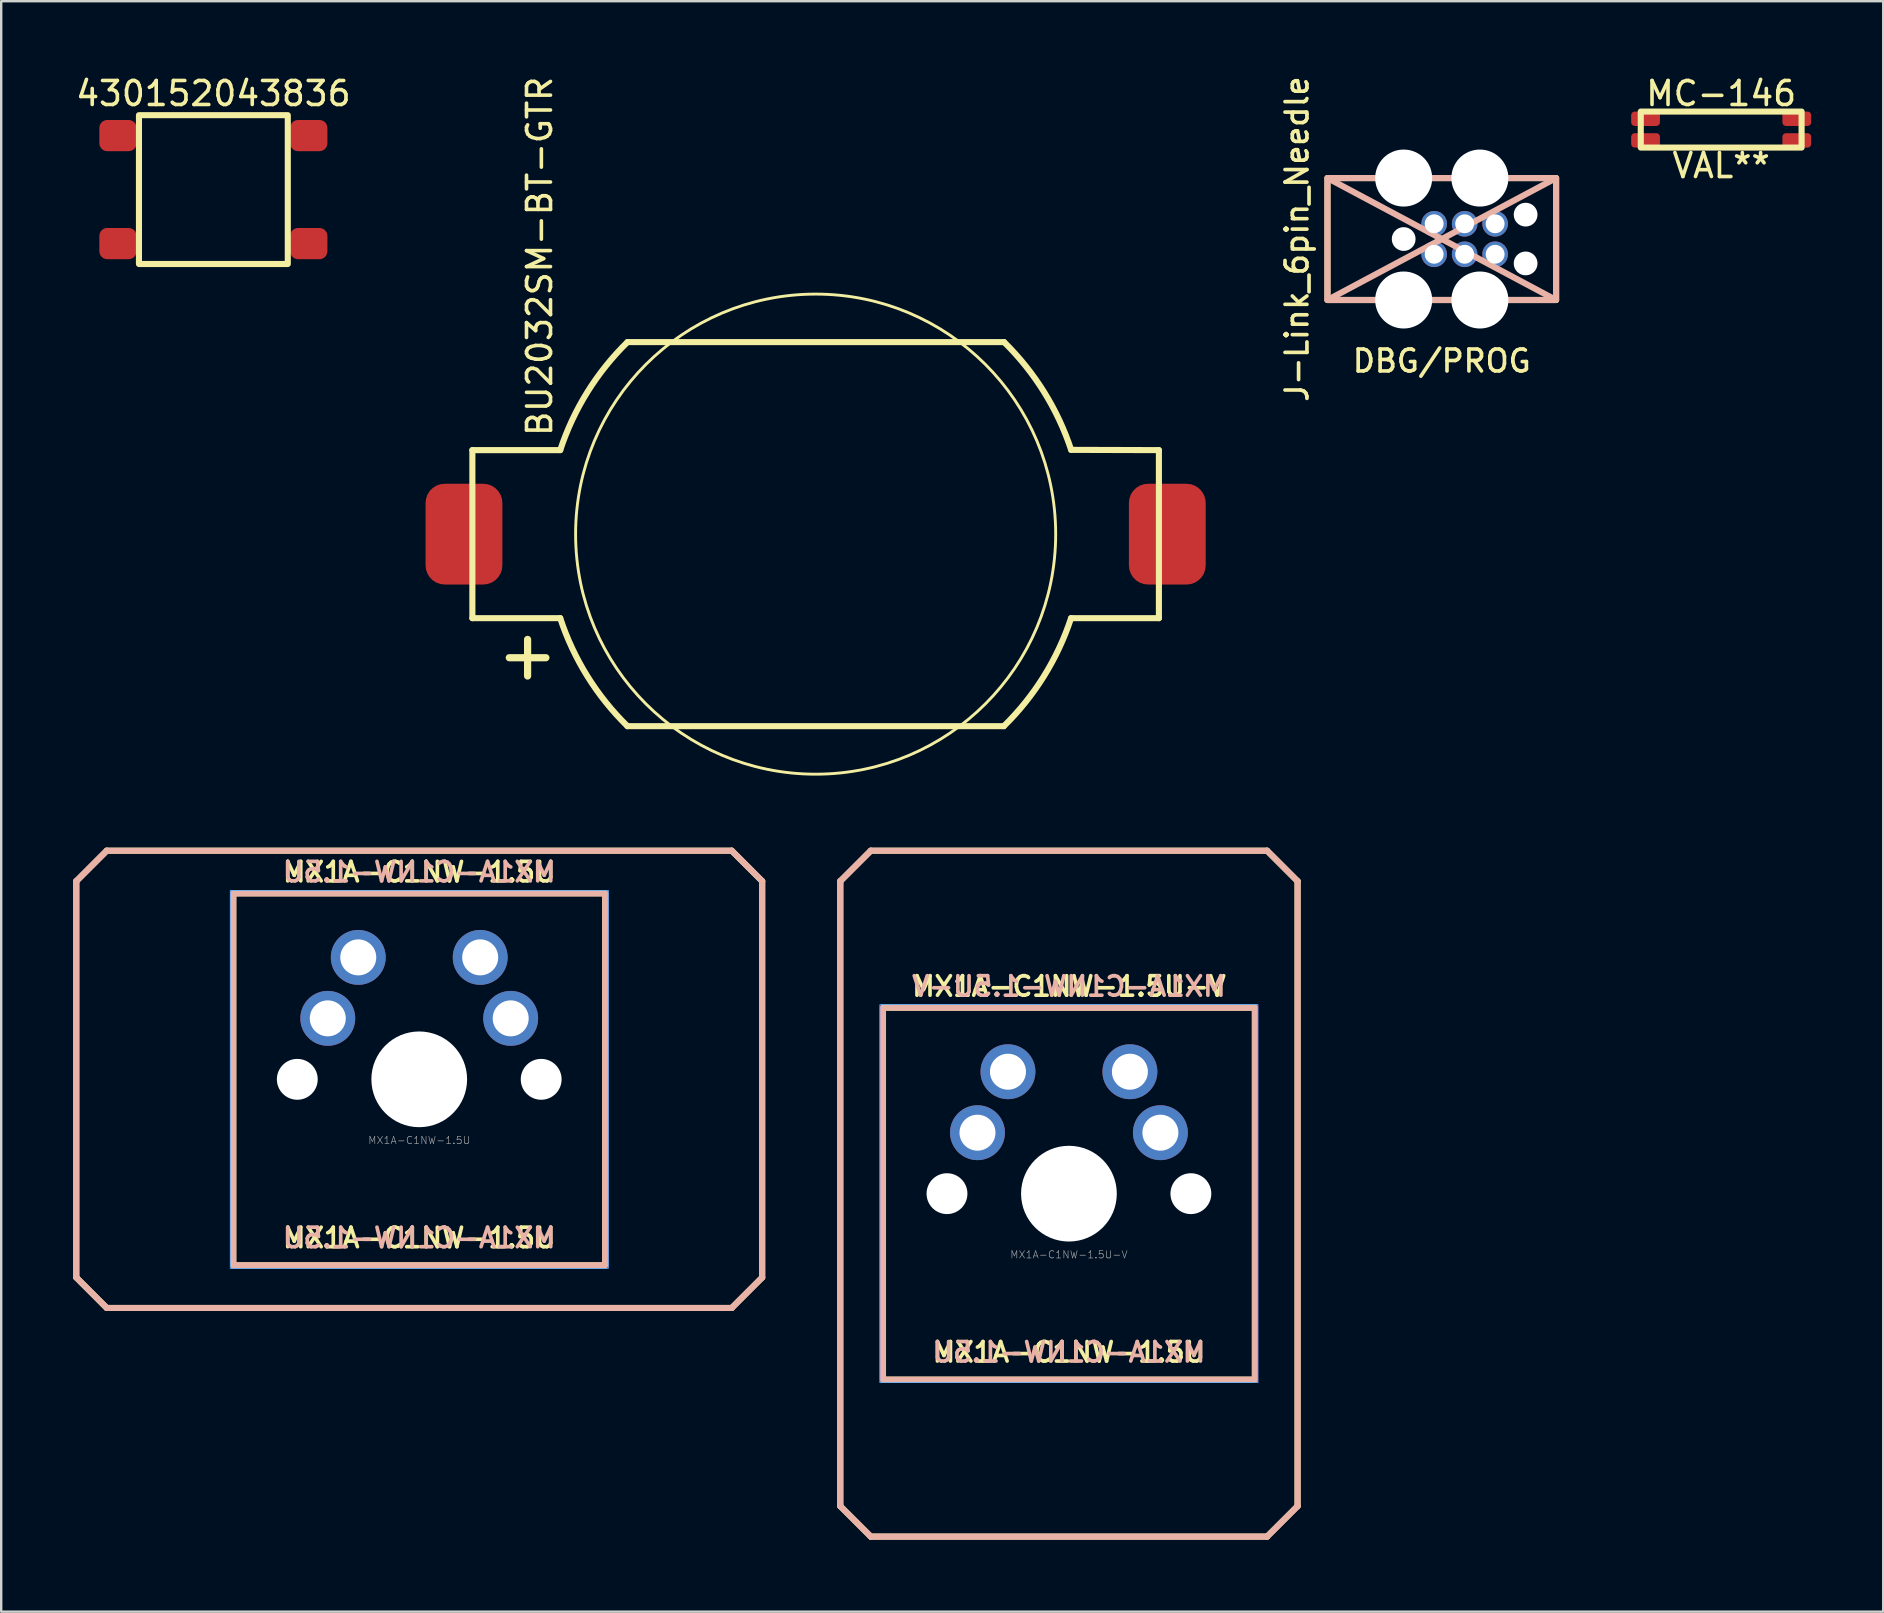
<source format=kicad_pcb>
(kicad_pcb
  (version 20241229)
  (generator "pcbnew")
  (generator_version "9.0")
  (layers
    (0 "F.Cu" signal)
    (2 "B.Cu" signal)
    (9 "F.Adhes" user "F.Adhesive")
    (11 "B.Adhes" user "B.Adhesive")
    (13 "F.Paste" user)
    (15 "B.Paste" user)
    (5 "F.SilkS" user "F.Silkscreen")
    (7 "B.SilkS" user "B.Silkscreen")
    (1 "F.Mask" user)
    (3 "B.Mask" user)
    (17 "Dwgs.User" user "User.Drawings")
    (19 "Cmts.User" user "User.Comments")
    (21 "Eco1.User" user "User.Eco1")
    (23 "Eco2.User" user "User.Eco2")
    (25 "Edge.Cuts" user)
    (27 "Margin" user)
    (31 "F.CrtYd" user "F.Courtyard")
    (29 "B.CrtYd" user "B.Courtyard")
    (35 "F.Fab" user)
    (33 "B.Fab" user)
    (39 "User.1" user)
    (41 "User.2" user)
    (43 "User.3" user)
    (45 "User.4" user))
  (footprint "MX1A-C1NW-1.5U"
    (layer "F.Cu")
    (at 14.415 41.914)
    (property "Reference" "MX1A-C1NW-1.5U" (at 0 2.54 0) (unlocked yes) (layer "F.Fab") (effects (font (size 0.305 0.305) (thickness 0.025))))
    (property "Value" "MX1A-C1NW-1.5U" (at 0 3.048 0) (unlocked yes) (layer "F.Fab") (hide yes) (effects (font (size 0.305 0.305) (thickness 0.025))))
    (attr through_hole)
    (fp_line (start -14.287 -8.255) (end -14.287 8.255) (stroke (width 0.254) (type solid)) (layer "F.SilkS"))
    (fp_line (start -14.287 8.255) (end -13.018 9.525) (stroke (width 0.254) (type solid)) (layer "F.SilkS"))
    (fp_line (start -13.018 -9.525) (end -14.287 -8.255) (stroke (width 0.254) (type solid)) (layer "F.SilkS"))
    (fp_line (start -13.018 9.525) (end 13.018 9.525) (stroke (width 0.254) (type solid)) (layer "F.SilkS"))
    (fp_line (start 13.018 -9.525) (end -13.018 -9.525) (stroke (width 0.254) (type solid)) (layer "F.SilkS"))
    (fp_line (start 13.018 9.525) (end 14.287 8.255) (stroke (width 0.254) (type solid)) (layer "F.SilkS"))
    (fp_line (start 14.287 -8.255) (end 13.018 -9.525) (stroke (width 0.254) (type solid)) (layer "F.SilkS"))
    (fp_line (start 14.287 8.255) (end 14.287 -8.255) (stroke (width 0.254) (type solid)) (layer "F.SilkS"))
    (fp_rect (start -7.747 -7.747) (end 7.747 7.747) (stroke (width 0.254) (type solid)) (fill no) (layer "F.SilkS"))
    (fp_line (start -14.287 -8.255) (end -13.018 -9.525) (stroke (width 0.254) (type solid)) (layer "B.SilkS"))
    (fp_line (start -14.287 8.255) (end -14.287 -8.255) (stroke (width 0.254) (type solid)) (layer "B.SilkS"))
    (fp_line (start -13.018 -9.525) (end 13.018 -9.525) (stroke (width 0.254) (type solid)) (layer "B.SilkS"))
    (fp_line (start -13.018 9.525) (end -14.287 8.255) (stroke (width 0.254) (type solid)) (layer "B.SilkS"))
    (fp_line (start 13.018 -9.525) (end 14.287 -8.255) (stroke (width 0.254) (type solid)) (layer "B.SilkS"))
    (fp_line (start 13.018 9.525) (end -13.018 9.525) (stroke (width 0.254) (type solid)) (layer "B.SilkS"))
    (fp_line (start 14.287 -8.255) (end 14.287 8.255) (stroke (width 0.254) (type solid)) (layer "B.SilkS"))
    (fp_line (start 14.287 8.255) (end 13.018 9.525) (stroke (width 0.254) (type solid)) (layer "B.SilkS"))
    (fp_rect (start -7.747 -7.747) (end 7.747 7.747) (stroke (width 0.254) (type solid)) (fill no) (layer "B.SilkS"))
    (fp_rect (start -7.874 -7.874) (end 7.874 7.874) (stroke (width 0.025) (type solid)) (fill no) (layer "B.CrtYd"))
    (fp_rect (start -7.874 -7.874) (end 7.874 7.874) (stroke (width 0.025) (type solid)) (fill no) (layer "F.CrtYd"))
    (fp_text user "${REFERENCE}" (at 0 -8.636 0) (unlocked yes) (layer "F.SilkS") (effects (font (size 0.813 0.813) (thickness 0.152))))
    (fp_text user "${VALUE}" (at 0 6.604 0) (unlocked yes) (layer "F.SilkS") (effects (font (size 0.813 0.813) (thickness 0.152))))
    (fp_text user "${REFERENCE}" (at 0 -8.636 0) (unlocked yes) (layer "B.SilkS") (effects (font (size 0.813 0.813) (thickness 0.152)) (justify mirror)))
    (fp_text user "${VALUE}" (at 0 6.604 0) (unlocked yes) (layer "B.SilkS") (effects (font (size 0.813 0.813) (thickness 0.152)) (justify mirror)))
    (pad "" np_thru_hole circle (at -5.08 0) (size 1.702 1.702) (drill 1.702) (layers "*.Cu"))
    (pad "" np_thru_hole circle (at 0 0) (size 3.988 3.988) (drill 3.988) (layers "*.Cu"))
    (pad "" np_thru_hole circle (at 5.08 0) (size 1.702 1.702) (drill 1.702) (layers "*.Cu"))
    (pad "1" thru_hole circle (at -3.81 -2.54) (size 2.286 2.286) (drill 1.499) (layers "*.Cu" "*.Mask"))
    (pad "2" thru_hole circle (at 2.54 -5.08) (size 2.286 2.286) (drill 1.499) (layers "*.Cu" "*.Mask"))
    (pad "3" thru_hole circle (at 3.81 -2.54) (size 2.286 2.286) (drill 1.499) (layers "*.Cu" "*.Mask"))
    (pad "4" thru_hole circle (at -2.54 -5.08) (size 2.286 2.286) (drill 1.499) (layers "*.Cu" "*.Mask")))
  (footprint "J-Link_6pin_Needle"
    (layer "F.Cu")
    (at 55.426 6.908)
    (property "Reference" "J-Link_6pin_Needle" (at -4.445 0 90) (unlocked yes) (layer "F.SilkS") (effects (font (size 0.914 0.914) (thickness 0.152))))
    (attr through_hole)
    (fp_rect (start -3.175 -2.54) (end 6.35 2.54) (stroke (width 0.254) (type solid)) (fill no) (layer "F.SilkS"))
    (fp_line (start -3.175 -2.54) (end 6.35 2.54) (stroke (width 0.254) (type solid)) (layer "B.SilkS"))
    (fp_line (start -3.175 2.54) (end 6.35 -2.54) (stroke (width 0.254) (type solid)) (layer "B.SilkS"))
    (fp_rect (start -3.175 -2.54) (end 6.35 2.54) (stroke (width 0.254) (type solid)) (fill no) (layer "B.SilkS"))
    (fp_text user "DBG/PROG" (at 1.587 5.08 0) (unlocked yes) (layer "F.SilkS") (effects (font (size 0.914 0.914) (thickness 0.152))))
    (pad "" np_thru_hole circle (at 0 -2.54) (size 2.375 2.375) (drill 2.375) (layers "*.Cu"))
    (pad "" np_thru_hole circle (at 0 0) (size 0.991 0.991) (drill 0.991) (layers "*.Cu"))
    (pad "" np_thru_hole circle (at 0 2.54) (size 2.375 2.375) (drill 2.375) (layers "*.Cu"))
    (pad "" np_thru_hole circle (at 3.175 -2.54) (size 2.375 2.375) (drill 2.375) (layers "*.Cu"))
    (pad "" np_thru_hole circle (at 3.175 2.54) (size 2.375 2.375) (drill 2.375) (layers "*.Cu"))
    (pad "" np_thru_hole circle (at 5.08 -1.016) (size 0.991 0.991) (drill 0.991) (layers "*.Cu"))
    (pad "" np_thru_hole circle (at 5.08 1.016) (size 0.991 0.991) (drill 0.991) (layers "*.Cu"))
    (pad "1" thru_hole circle (at 1.27 0.635) (size 1.067 1.067) (drill 0.787) (layers "*.Cu" "*.Mask"))
    (pad "2" thru_hole circle (at 1.27 -0.635) (size 1.067 1.067) (drill 0.787) (layers "*.Cu" "*.Mask"))
    (pad "3" thru_hole circle (at 2.54 0.635) (size 1.067 1.067) (drill 0.787) (layers "*.Cu" "*.Mask"))
    (pad "4" thru_hole circle (at 2.54 -0.635) (size 1.067 1.067) (drill 0.787) (layers "*.Cu" "*.Mask"))
    (pad "5" thru_hole circle (at 3.81 0.635) (size 1.067 1.067) (drill 0.787) (layers "*.Cu" "*.Mask"))
    (pad "6" thru_hole circle (at 3.81 -0.635) (size 1.067 1.067) (drill 0.787) (layers "*.Cu" "*.Mask"))
    (zone (net_name "") (layers "F.Cu" "B.Cu") (hatch edge 0.508) (connect_pads) (min_thickness 0.254) (filled_areas_thickness no) (keepout (tracks not_allowed) (vias not_allowed) (pads not_allowed) (copperpour not_allowed) (footprints allowed)) (placement (enabled no)) (fill) (polygon (pts (xy 59.236 7.543) (xy 56.696 7.543) (xy 56.696 6.273) (xy 59.236 6.273)))))
  (footprint "MC-146"
    (layer "F.Cu")
    (at 68.653 2.348)
    (property "Reference" "MC-146" (at 0 -1.5 0) (unlocked yes) (layer "F.SilkS") (effects (font (size 1 1) (thickness 0.15))))
    (attr smd)
    (fp_rect (start -3.35 -0.75) (end 3.35 0.75) (stroke (width 0.254) (type solid)) (fill no) (layer "F.SilkS"))
    (fp_text user "VAL**" (at 0 1.5 0) (unlocked yes) (layer "F.SilkS") (effects (font (size 1 1) (thickness 0.15))))
    (pad "1" smd roundrect (at -3.15 0.45) (size 1.2 0.6) (layers "F.Cu" "F.Mask") (roundrect_rratio 0.25))
    (pad "2" smd roundrect (at 3.15 0.45) (size 1.2 0.6) (layers "F.Cu" "F.Mask") (roundrect_rratio 0.25))
    (pad "3" smd roundrect (at 3.15 -0.45) (size 1.2 0.6) (layers "F.Cu" "F.Mask") (roundrect_rratio 0.25))
    (pad "4" smd roundrect (at -3.15 -0.45) (size 1.2 0.6) (layers "F.Cu" "F.Mask") (roundrect_rratio 0.25)))
  (footprint "MX1A-C1NW-1.5U-V"
    (layer "F.Cu")
    (at 41.481 46.677)
    (property "Reference" "MX1A-C1NW-1.5U-V" (at 0 2.54 0) (unlocked yes) (layer "F.Fab") (effects (font (size 0.305 0.305) (thickness 0.025))))
    (property "Value" "MX1A-C1NW-1.5U" (at 0 3.048 0) (unlocked yes) (layer "F.Fab") (hide yes) (effects (font (size 0.305 0.305) (thickness 0.025))))
    (attr through_hole)
    (fp_line (start -9.525 -13.018) (end -9.525 13.018) (stroke (width 0.254) (type solid)) (layer "F.SilkS"))
    (fp_line (start -9.525 13.018) (end -8.255 14.287) (stroke (width 0.254) (type solid)) (layer "F.SilkS"))
    (fp_line (start -8.255 -14.287) (end -9.525 -13.018) (stroke (width 0.254) (type solid)) (layer "F.SilkS"))
    (fp_line (start -8.255 14.287) (end 8.255 14.287) (stroke (width 0.254) (type solid)) (layer "F.SilkS"))
    (fp_line (start 8.255 -14.287) (end -8.255 -14.287) (stroke (width 0.254) (type solid)) (layer "F.SilkS"))
    (fp_line (start 8.255 14.287) (end 9.525 13.018) (stroke (width 0.254) (type solid)) (layer "F.SilkS"))
    (fp_line (start 9.525 -13.018) (end 8.255 -14.287) (stroke (width 0.254) (type solid)) (layer "F.SilkS"))
    (fp_line (start 9.525 13.018) (end 9.525 -13.018) (stroke (width 0.254) (type solid)) (layer "F.SilkS"))
    (fp_rect (start -7.747 -7.747) (end 7.747 7.747) (stroke (width 0.254) (type solid)) (fill no) (layer "F.SilkS"))
    (fp_line (start -9.525 -13.018) (end -8.255 -14.287) (stroke (width 0.254) (type solid)) (layer "B.SilkS"))
    (fp_line (start -9.525 13.018) (end -9.525 -13.018) (stroke (width 0.254) (type solid)) (layer "B.SilkS"))
    (fp_line (start -8.255 -14.287) (end 8.255 -14.287) (stroke (width 0.254) (type solid)) (layer "B.SilkS"))
    (fp_line (start -8.255 14.287) (end -9.525 13.018) (stroke (width 0.254) (type solid)) (layer "B.SilkS"))
    (fp_line (start 8.255 -14.287) (end 9.525 -13.018) (stroke (width 0.254) (type solid)) (layer "B.SilkS"))
    (fp_line (start 8.255 14.287) (end -8.255 14.287) (stroke (width 0.254) (type solid)) (layer "B.SilkS"))
    (fp_line (start 9.525 -13.018) (end 9.525 13.018) (stroke (width 0.254) (type solid)) (layer "B.SilkS"))
    (fp_line (start 9.525 13.018) (end 8.255 14.287) (stroke (width 0.254) (type solid)) (layer "B.SilkS"))
    (fp_rect (start -7.747 -7.747) (end 7.747 7.747) (stroke (width 0.254) (type solid)) (fill no) (layer "B.SilkS"))
    (fp_rect (start -7.874 7.874) (end 7.874 -7.874) (stroke (width 0.025) (type solid)) (fill no) (layer "B.CrtYd"))
    (fp_rect (start -7.874 7.874) (end 7.874 -7.874) (stroke (width 0.025) (type solid)) (fill no) (layer "F.CrtYd"))
    (fp_text user "${REFERENCE}" (at 0 -8.636 0) (unlocked yes) (layer "F.SilkS") (effects (font (size 0.813 0.813) (thickness 0.152))))
    (fp_text user "${VALUE}" (at 0 6.604 0) (unlocked yes) (layer "F.SilkS") (effects (font (size 0.813 0.813) (thickness 0.152))))
    (fp_text user "${REFERENCE}" (at 0 -8.636 0) (unlocked yes) (layer "B.SilkS") (effects (font (size 0.813 0.813) (thickness 0.152)) (justify mirror)))
    (fp_text user "${VALUE}" (at 0 6.604 0) (unlocked yes) (layer "B.SilkS") (effects (font (size 0.813 0.813) (thickness 0.152)) (justify mirror)))
    (pad "" np_thru_hole circle (at -5.08 0) (size 1.702 1.702) (drill 1.702) (layers "*.Cu"))
    (pad "" np_thru_hole circle (at 0 0) (size 3.988 3.988) (drill 3.988) (layers "*.Cu"))
    (pad "" np_thru_hole circle (at 5.08 0) (size 1.702 1.702) (drill 1.702) (layers "*.Cu"))
    (pad "1" thru_hole circle (at -3.81 -2.54) (size 2.286 2.286) (drill 1.499) (layers "*.Cu" "*.Mask"))
    (pad "2" thru_hole circle (at 2.54 -5.08) (size 2.286 2.286) (drill 1.499) (layers "*.Cu" "*.Mask"))
    (pad "3" thru_hole circle (at 3.81 -2.54) (size 2.286 2.286) (drill 1.499) (layers "*.Cu" "*.Mask"))
    (pad "4" thru_hole circle (at -2.54 -5.08) (size 2.286 2.286) (drill 1.499) (layers "*.Cu" "*.Mask")))
  (footprint "BU2032SM-BT-GTR"
    (layer "F.Cu")
    (at 30.929 19.202)
    (property "Reference" "BU2032SM-BT-GTR" (at -11.5 -4 90) (unlocked yes) (layer "F.SilkS") (effects (font (size 1 1) (thickness 0.15)) (justify left)))
    (attr smd)
    (fp_line (start -14.3 -3.5) (end -14.3 3.5) (stroke (width 0.254) (type solid)) (layer "F.SilkS"))
    (fp_line (start -14.3 3.5) (end -10.64 3.5) (stroke (width 0.254) (type solid)) (layer "F.SilkS"))
    (fp_line (start -10.64 -3.5) (end -14.3 -3.5) (stroke (width 0.254) (type solid)) (layer "F.SilkS"))
    (fp_line (start -7.84 8) (end 7.84 8) (stroke (width 0.254) (type solid)) (layer "F.SilkS"))
    (fp_line (start -7.84 -8) (end 7.85 -8) (stroke (width 0.254) (type solid)) (layer "F.SilkS"))
    (fp_line (start 10.644 -3.511) (end 14.3 -3.5) (stroke (width 0.254) (type solid)) (layer "F.SilkS"))
    (fp_line (start 14.3 -3.5) (end 14.3 3.5) (stroke (width 0.254) (type solid)) (layer "F.SilkS"))
    (fp_line (start 14.3 3.5) (end 10.64 3.5) (stroke (width 0.254) (type solid)) (layer "F.SilkS"))
    (fp_arc (start -10.639999 -3.5) (mid -9.509885 -5.91791) (end -7.839812 -7.999808) (stroke (width 0.254) (type solid)) (layer "F.SilkS"))
    (fp_arc (start -7.839999 7.999999) (mid -9.510113 5.918051) (end -10.640254 3.500083) (stroke (width 0.254) (type solid)) (layer "F.SilkS"))
    (fp_arc (start 7.85 -8) (mid 9.515435 -5.922753) (end 10.643932 -3.511297) (stroke (width 0.254) (type solid)) (layer "F.SilkS"))
    (fp_arc (start 10.639999 3.5) (mid 9.509885 5.91791) (end 7.839812 7.999808) (stroke (width 0.254) (type solid)) (layer "F.SilkS"))
    (fp_circle (center 0 0) (end 0.005 -10) (stroke (width 0.12) (type solid)) (fill no) (layer "F.SilkS"))
    (fp_text user "+" (at -12 5 0) (unlocked yes) (layer "F.SilkS") (effects (font (size 2 2) (thickness 0.3))))
    (pad "1" smd roundrect (at -14.65 0) (size 3.2 4.2) (layers "F.Cu" "F.Mask") (roundrect_rratio 0.25))
    (pad "2" smd roundrect (at 14.65 0) (size 3.2 4.2) (layers "F.Cu" "F.Mask") (roundrect_rratio 0.25)))
  (footprint "430152043836"
    (layer "F.Cu")
    (at 5.839 4.848)
    (property "Reference" "430152043836" (at 0 -4 0) (unlocked yes) (layer "F.SilkS") (effects (font (size 1 1) (thickness 0.15))))
    (attr smd)
    (fp_rect (start 3.1 3.1) (end -3.1 -3.1) (stroke (width 0.254) (type solid)) (fill no) (layer "F.SilkS"))
    (pad "1" smd roundrect (at -3.975 -2.25) (size 1.55 1.3) (layers "F.Cu" "F.Mask") (roundrect_rratio 0.25))
    (pad "1" smd roundrect (at 3.975 -2.25) (size 1.55 1.3) (layers "F.Cu" "F.Mask") (roundrect_rratio 0.25))
    (pad "2" smd roundrect (at -3.975 2.25) (size 1.55 1.3) (layers "F.Cu" "F.Mask") (roundrect_rratio 0.25))
    (pad "2" smd roundrect (at 3.975 2.25) (size 1.55 1.3) (layers "F.Cu" "F.Mask") (roundrect_rratio 0.25)))
  (gr_rect
    (start -3 -3)
    (end 75.403 64.091)
    (stroke (width 0.1) (type default))
    (fill no)
    (layer "Edge.Cuts")))
</source>
